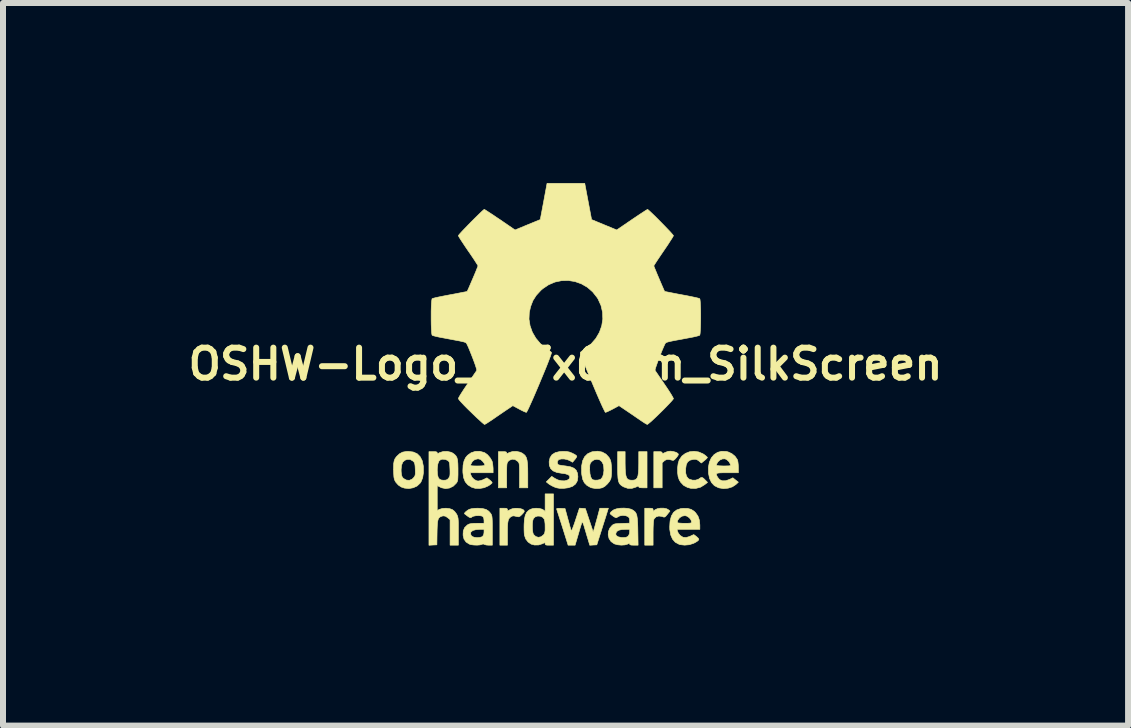
<source format=kicad_pcb>
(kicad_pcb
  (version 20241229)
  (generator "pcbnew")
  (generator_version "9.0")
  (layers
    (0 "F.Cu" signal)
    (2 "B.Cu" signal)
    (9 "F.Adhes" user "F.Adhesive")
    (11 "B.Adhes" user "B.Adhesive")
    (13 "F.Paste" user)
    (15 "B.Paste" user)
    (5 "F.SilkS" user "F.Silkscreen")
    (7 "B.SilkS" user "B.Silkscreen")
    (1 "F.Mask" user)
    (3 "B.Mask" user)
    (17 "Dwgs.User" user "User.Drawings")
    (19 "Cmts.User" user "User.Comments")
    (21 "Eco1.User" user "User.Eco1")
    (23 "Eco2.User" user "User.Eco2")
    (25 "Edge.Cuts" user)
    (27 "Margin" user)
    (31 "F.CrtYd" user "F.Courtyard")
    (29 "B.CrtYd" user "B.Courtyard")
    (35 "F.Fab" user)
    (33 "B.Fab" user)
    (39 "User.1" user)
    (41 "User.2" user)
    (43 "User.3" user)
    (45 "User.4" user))
  (footprint "OSHW-Logo_5.7x6mm_SilkScreen"
    (layer "F.Cu")
    (at 6.374 3.017)
    (property "Reference" "OSHW-Logo_5.7x6mm_SilkScreen" (at 0 0 0) (layer "F.SilkS") (effects (font (size 0.5 0.5) (thickness 0.1))))
    (attr exclude_from_pos_files exclude_from_bom)
    (fp_poly (pts (xy 1.799 1.458) (xy 1.843 1.471) (xy 1.871 1.488) (xy 1.88 1.501) (xy 1.877 1.517) (xy 1.861 1.541) (xy 1.847 1.559) (xy 1.819 1.59) (xy 1.798 1.604) (xy 1.78 1.603) (xy 1.726 1.589) (xy 1.687 1.59) (xy 1.655 1.605) (xy 1.644 1.614) (xy 1.61 1.646) (xy 1.61 2.062) (xy 1.471 2.062) (xy 1.471 1.459) (xy 1.54 1.459) (xy 1.582 1.46) (xy 1.603 1.466) (xy 1.61 1.477) (xy 1.61 1.478) (xy 1.612 1.49) (xy 1.626 1.488) (xy 1.644 1.48) (xy 1.682 1.464) (xy 1.713 1.454) (xy 1.753 1.451) (xy 1.799 1.458)) (stroke (width 0.01) (type solid)) (fill yes) (layer "F.SilkS"))
    (fp_poly (pts (xy 1.635 2.401) (xy 1.684 2.411) (xy 1.711 2.425) (xy 1.74 2.449) (xy 1.699 2.501) (xy 1.673 2.532) (xy 1.656 2.547) (xy 1.639 2.55) (xy 1.614 2.542) (xy 1.602 2.538) (xy 1.554 2.532) (xy 1.51 2.545) (xy 1.478 2.576) (xy 1.473 2.585) (xy 1.467 2.611) (xy 1.463 2.659) (xy 1.46 2.725) (xy 1.459 2.806) (xy 1.459 2.817) (xy 1.459 3.018) (xy 1.32 3.018) (xy 1.32 2.402) (xy 1.389 2.402) (xy 1.429 2.403) (xy 1.45 2.407) (xy 1.458 2.418) (xy 1.459 2.428) (xy 1.459 2.454) (xy 1.492 2.428) (xy 1.53 2.41) (xy 1.581 2.401) (xy 1.635 2.401)) (stroke (width 0.01) (type solid)) (fill yes) (layer "F.SilkS"))
    (fp_poly (pts (xy -0.993 2.403) (xy -0.975 2.409) (xy -0.968 2.421) (xy -0.968 2.427) (xy -0.967 2.442) (xy -0.96 2.445) (xy -0.939 2.434) (xy -0.927 2.427) (xy -0.889 2.411) (xy -0.844 2.403) (xy -0.797 2.403) (xy -0.752 2.409) (xy -0.716 2.42) (xy -0.693 2.436) (xy -0.688 2.456) (xy -0.69 2.462) (xy -0.707 2.485) (xy -0.733 2.513) (xy -0.738 2.517) (xy -0.762 2.538) (xy -0.784 2.545) (xy -0.814 2.54) (xy -0.826 2.537) (xy -0.863 2.529) (xy -0.889 2.533) (xy -0.911 2.545) (xy -0.931 2.561) (xy -0.946 2.581) (xy -0.956 2.609) (xy -0.963 2.648) (xy -0.967 2.704) (xy -0.968 2.779) (xy -0.968 2.824) (xy -0.968 3.018) (xy -1.094 3.018) (xy -1.094 2.402) (xy -1.031 2.402) (xy -0.993 2.403)) (stroke (width 0.01) (type solid)) (fill yes) (layer "F.SilkS"))
    (fp_poly (pts (xy 0.993 1.654) (xy 0.995 1.747) (xy 0.999 1.817) (xy 1.008 1.867) (xy 1.022 1.902) (xy 1.042 1.923) (xy 1.071 1.933) (xy 1.107 1.936) (xy 1.144 1.933) (xy 1.172 1.922) (xy 1.192 1.9) (xy 1.206 1.865) (xy 1.214 1.814) (xy 1.219 1.742) (xy 1.22 1.654) (xy 1.22 1.459) (xy 1.358 1.459) (xy 1.358 2.062) (xy 1.289 2.062) (xy 1.247 2.06) (xy 1.226 2.055) (xy 1.22 2.043) (xy 1.216 2.033) (xy 1.202 2.035) (xy 1.173 2.05) (xy 1.106 2.071) (xy 1.036 2.07) (xy 0.968 2.046) (xy 0.936 2.027) (xy 0.912 2.007) (xy 0.894 1.982) (xy 0.881 1.947) (xy 0.874 1.901) (xy 0.87 1.839) (xy 0.868 1.758) (xy 0.868 1.695) (xy 0.868 1.459) (xy 0.993 1.459) (xy 0.993 1.654)) (stroke (width 0.01) (type solid)) (fill yes) (layer "F.SilkS"))
    (fp_poly (pts (xy -0.754 1.469) (xy -0.723 1.484) (xy -0.692 1.506) (xy -0.669 1.53) (xy -0.652 1.562) (xy -0.641 1.604) (xy -0.634 1.66) (xy -0.63 1.734) (xy -0.629 1.829) (xy -0.629 1.839) (xy -0.629 2.062) (xy -0.767 2.062) (xy -0.767 1.856) (xy -0.767 1.78) (xy -0.768 1.725) (xy -0.77 1.687) (xy -0.773 1.661) (xy -0.779 1.643) (xy -0.788 1.63) (xy -0.8 1.618) (xy -0.843 1.59) (xy -0.89 1.585) (xy -0.934 1.602) (xy -0.95 1.615) (xy -0.961 1.627) (xy -0.969 1.641) (xy -0.975 1.659) (xy -0.978 1.686) (xy -0.98 1.726) (xy -0.981 1.784) (xy -0.981 1.854) (xy -0.981 2.062) (xy -1.119 2.062) (xy -1.119 1.459) (xy -1.05 1.459) (xy -1.008 1.46) (xy -0.987 1.466) (xy -0.981 1.477) (xy -0.981 1.478) (xy -0.978 1.489) (xy -0.965 1.488) (xy -0.94 1.475) (xy -0.883 1.457) (xy -0.817 1.455) (xy -0.754 1.469)) (stroke (width 0.01) (type solid)) (fill yes) (layer "F.SilkS"))
    (fp_poly (pts (xy 2.217 1.464) (xy 2.29 1.495) (xy 2.313 1.51) (xy 2.342 1.533) (xy 2.361 1.551) (xy 2.364 1.557) (xy 2.355 1.57) (xy 2.332 1.593) (xy 2.313 1.608) (xy 2.263 1.649) (xy 2.223 1.615) (xy 2.192 1.594) (xy 2.162 1.586) (xy 2.127 1.588) (xy 2.073 1.602) (xy 2.035 1.63) (xy 2.012 1.675) (xy 2.002 1.741) (xy 2.002 1.741) (xy 2.002 1.815) (xy 2.016 1.869) (xy 2.044 1.906) (xy 2.063 1.918) (xy 2.114 1.934) (xy 2.168 1.934) (xy 2.215 1.919) (xy 2.226 1.911) (xy 2.253 1.893) (xy 2.275 1.889) (xy 2.299 1.903) (xy 2.325 1.929) (xy 2.366 1.971) (xy 2.32 2.008) (xy 2.25 2.051) (xy 2.17 2.072) (xy 2.087 2.07) (xy 2.033 2.056) (xy 1.969 2.022) (xy 1.918 1.968) (xy 1.895 1.93) (xy 1.876 1.876) (xy 1.867 1.806) (xy 1.867 1.731) (xy 1.876 1.659) (xy 1.894 1.599) (xy 1.897 1.593) (xy 1.94 1.532) (xy 1.998 1.488) (xy 2.067 1.461) (xy 2.141 1.453) (xy 2.217 1.464)) (stroke (width 0.01) (type solid)) (fill yes) (layer "F.SilkS"))
    (fp_poly (pts (xy 0.611 1.466) (xy 0.674 1.501) (xy 0.724 1.555) (xy 0.748 1.6) (xy 0.758 1.639) (xy 0.764 1.695) (xy 0.767 1.76) (xy 0.766 1.824) (xy 0.761 1.881) (xy 0.755 1.912) (xy 0.734 1.953) (xy 0.698 1.997) (xy 0.656 2.036) (xy 0.613 2.061) (xy 0.612 2.061) (xy 0.56 2.072) (xy 0.497 2.073) (xy 0.438 2.063) (xy 0.415 2.055) (xy 0.356 2.021) (xy 0.314 1.978) (xy 0.286 1.92) (xy 0.271 1.844) (xy 0.267 1.804) (xy 0.268 1.754) (xy 0.402 1.754) (xy 0.407 1.827) (xy 0.42 1.882) (xy 0.441 1.918) (xy 0.456 1.928) (xy 0.493 1.935) (xy 0.539 1.933) (xy 0.577 1.923) (xy 0.588 1.917) (xy 0.615 1.885) (xy 0.632 1.835) (xy 0.64 1.774) (xy 0.636 1.708) (xy 0.628 1.669) (xy 0.604 1.624) (xy 0.567 1.595) (xy 0.522 1.586) (xy 0.475 1.596) (xy 0.439 1.621) (xy 0.42 1.642) (xy 0.409 1.662) (xy 0.404 1.69) (xy 0.402 1.733) (xy 0.402 1.754) (xy 0.268 1.754) (xy 0.268 1.698) (xy 0.285 1.611) (xy 0.319 1.543) (xy 0.369 1.494) (xy 0.435 1.464) (xy 0.45 1.46) (xy 0.535 1.452) (xy 0.611 1.466)) (stroke (width 0.01) (type solid)) (fill yes) (layer "F.SilkS"))
    (fp_poly (pts (xy 0.282 2.404) (xy 0.331 2.408) (xy 0.461 2.798) (xy 0.482 2.729) (xy 0.494 2.686) (xy 0.51 2.628) (xy 0.528 2.565) (xy 0.537 2.531) (xy 0.571 2.402) (xy 0.714 2.402) (xy 0.672 2.537) (xy 0.651 2.603) (xy 0.625 2.684) (xy 0.599 2.767) (xy 0.575 2.842) (xy 0.521 3.012) (xy 0.463 3.015) (xy 0.404 3.019) (xy 0.373 2.915) (xy 0.353 2.85) (xy 0.332 2.778) (xy 0.313 2.715) (xy 0.313 2.713) (xy 0.299 2.67) (xy 0.286 2.641) (xy 0.278 2.63) (xy 0.276 2.631) (xy 0.27 2.648) (xy 0.258 2.685) (xy 0.242 2.736) (xy 0.224 2.798) (xy 0.214 2.832) (xy 0.159 3.018) (xy 0.043 3.018) (xy -0.049 2.725) (xy -0.075 2.643) (xy -0.099 2.569) (xy -0.119 2.506) (xy -0.135 2.457) (xy -0.145 2.426) (xy -0.148 2.417) (xy -0.146 2.407) (xy -0.127 2.403) (xy -0.087 2.404) (xy -0.081 2.404) (xy -0.008 2.408) (xy 0.04 2.584) (xy 0.058 2.648) (xy 0.073 2.705) (xy 0.086 2.748) (xy 0.094 2.775) (xy 0.095 2.779) (xy 0.101 2.774) (xy 0.113 2.749) (xy 0.13 2.706) (xy 0.15 2.65) (xy 0.167 2.599) (xy 0.232 2.401) (xy 0.282 2.404)) (stroke (width 0.01) (type solid)) (fill yes) (layer "F.SilkS"))
    (fp_poly (pts (xy -2.538 1.465) (xy -2.472 1.494) (xy -2.423 1.543) (xy -2.388 1.611) (xy -2.37 1.699) (xy -2.369 1.712) (xy -2.368 1.809) (xy -2.381 1.894) (xy -2.408 1.962) (xy -2.423 1.984) (xy -2.473 2.031) (xy -2.538 2.061) (xy -2.61 2.074) (xy -2.683 2.067) (xy -2.739 2.048) (xy -2.787 2.015) (xy -2.826 1.971) (xy -2.827 1.97) (xy -2.843 1.943) (xy -2.853 1.916) (xy -2.86 1.882) (xy -2.863 1.834) (xy -2.865 1.795) (xy -2.866 1.759) (xy -2.74 1.759) (xy -2.739 1.795) (xy -2.734 1.842) (xy -2.726 1.872) (xy -2.712 1.894) (xy -2.699 1.907) (xy -2.652 1.933) (xy -2.603 1.937) (xy -2.557 1.918) (xy -2.534 1.896) (xy -2.517 1.875) (xy -2.507 1.854) (xy -2.503 1.828) (xy -2.503 1.788) (xy -2.504 1.751) (xy -2.507 1.698) (xy -2.512 1.664) (xy -2.52 1.641) (xy -2.533 1.624) (xy -2.544 1.615) (xy -2.589 1.589) (xy -2.637 1.588) (xy -2.678 1.603) (xy -2.713 1.635) (xy -2.733 1.687) (xy -2.74 1.759) (xy -2.866 1.759) (xy -2.866 1.717) (xy -2.864 1.658) (xy -2.856 1.614) (xy -2.843 1.579) (xy -2.822 1.549) (xy -2.814 1.539) (xy -2.766 1.494) (xy -2.714 1.467) (xy -2.651 1.456) (xy -2.62 1.455) (xy -2.538 1.465)) (stroke (width 0.01) (type solid)) (fill yes) (layer "F.SilkS"))
    (fp_poly (pts (xy -0.201 3.018) (xy -0.27 3.018) (xy -0.31 3.017) (xy -0.331 3.012) (xy -0.339 3.001) (xy -0.34 2.994) (xy -0.341 2.98) (xy -0.349 2.977) (xy -0.37 2.986) (xy -0.386 2.994) (xy -0.449 3.014) (xy -0.517 3.015) (xy -0.573 3) (xy -0.624 2.965) (xy -0.664 2.913) (xy -0.685 2.851) (xy -0.686 2.848) (xy -0.689 2.811) (xy -0.691 2.757) (xy -0.691 2.716) (xy -0.553 2.716) (xy -0.55 2.77) (xy -0.543 2.815) (xy -0.533 2.84) (xy -0.496 2.874) (xy -0.452 2.887) (xy -0.407 2.877) (xy -0.368 2.847) (xy -0.353 2.827) (xy -0.345 2.803) (xy -0.34 2.768) (xy -0.34 2.716) (xy -0.341 2.664) (xy -0.346 2.619) (xy -0.353 2.588) (xy -0.354 2.585) (xy -0.38 2.553) (xy -0.42 2.535) (xy -0.463 2.532) (xy -0.504 2.545) (xy -0.534 2.573) (xy -0.537 2.578) (xy -0.547 2.612) (xy -0.552 2.661) (xy -0.553 2.716) (xy -0.691 2.716) (xy -0.691 2.696) (xy -0.69 2.663) (xy -0.684 2.581) (xy -0.671 2.52) (xy -0.649 2.474) (xy -0.618 2.441) (xy -0.587 2.421) (xy -0.544 2.407) (xy -0.491 2.402) (xy -0.436 2.406) (xy -0.39 2.418) (xy -0.365 2.433) (xy -0.34 2.456) (xy -0.34 2.163) (xy -0.201 2.163) (xy -0.201 3.018)) (stroke (width 0.01) (type solid)) (fill yes) (layer "F.SilkS"))
    (fp_poly (pts (xy 2.678 1.456) (xy 2.71 1.464) (xy 2.772 1.493) (xy 2.825 1.537) (xy 2.861 1.589) (xy 2.866 1.601) (xy 2.873 1.632) (xy 2.878 1.677) (xy 2.88 1.723) (xy 2.88 1.811) (xy 2.697 1.811) (xy 2.622 1.811) (xy 2.569 1.813) (xy 2.535 1.817) (xy 2.518 1.826) (xy 2.514 1.84) (xy 2.521 1.86) (xy 2.533 1.884) (xy 2.566 1.925) (xy 2.612 1.945) (xy 2.669 1.944) (xy 2.733 1.922) (xy 2.788 1.895) (xy 2.834 1.932) (xy 2.88 1.968) (xy 2.837 2.008) (xy 2.779 2.046) (xy 2.708 2.068) (xy 2.632 2.075) (xy 2.558 2.063) (xy 2.546 2.059) (xy 2.481 2.026) (xy 2.433 1.975) (xy 2.4 1.906) (xy 2.382 1.818) (xy 2.382 1.816) (xy 2.381 1.72) (xy 2.387 1.686) (xy 2.515 1.686) (xy 2.527 1.691) (xy 2.558 1.695) (xy 2.605 1.697) (xy 2.635 1.698) (xy 2.691 1.697) (xy 2.725 1.696) (xy 2.744 1.692) (xy 2.75 1.685) (xy 2.748 1.674) (xy 2.747 1.669) (xy 2.724 1.627) (xy 2.689 1.594) (xy 2.658 1.579) (xy 2.616 1.58) (xy 2.574 1.598) (xy 2.539 1.629) (xy 2.518 1.666) (xy 2.515 1.686) (xy 2.387 1.686) (xy 2.397 1.635) (xy 2.429 1.564) (xy 2.475 1.509) (xy 2.533 1.471) (xy 2.601 1.453) (xy 2.678 1.456)) (stroke (width 0.01) (type solid)) (fill yes) (layer "F.SilkS"))
    (fp_poly (pts (xy 0.014 1.456) (xy 0.062 1.465) (xy 0.111 1.484) (xy 0.116 1.487) (xy 0.154 1.506) (xy 0.18 1.525) (xy 0.188 1.537) (xy 0.18 1.556) (xy 0.161 1.584) (xy 0.152 1.594) (xy 0.117 1.636) (xy 0.071 1.609) (xy 0.027 1.591) (xy -0.023 1.581) (xy -0.071 1.581) (xy -0.109 1.59) (xy -0.117 1.595) (xy -0.135 1.621) (xy -0.137 1.651) (xy -0.124 1.674) (xy -0.116 1.679) (xy -0.094 1.684) (xy -0.054 1.691) (xy -0.005 1.697) (xy 0.004 1.698) (xy 0.083 1.712) (xy 0.14 1.735) (xy 0.178 1.77) (xy 0.199 1.818) (xy 0.206 1.878) (xy 0.197 1.945) (xy 0.167 1.998) (xy 0.117 2.037) (xy 0.047 2.061) (xy -0.031 2.071) (xy -0.095 2.071) (xy -0.147 2.062) (xy -0.182 2.05) (xy -0.227 2.029) (xy -0.268 2.005) (xy -0.283 1.994) (xy -0.321 1.963) (xy -0.275 1.917) (xy -0.23 1.871) (xy -0.178 1.905) (xy -0.126 1.931) (xy -0.071 1.944) (xy -0.017 1.946) (xy 0.028 1.935) (xy 0.06 1.914) (xy 0.07 1.895) (xy 0.069 1.865) (xy 0.043 1.843) (xy -0.007 1.827) (xy -0.061 1.82) (xy -0.145 1.806) (xy -0.207 1.78) (xy -0.248 1.741) (xy -0.27 1.688) (xy -0.273 1.625) (xy -0.258 1.56) (xy -0.225 1.51) (xy -0.171 1.476) (xy -0.099 1.458) (xy -0.045 1.455) (xy 0.014 1.456)) (stroke (width 0.01) (type solid)) (fill yes) (layer "F.SilkS"))
    (fp_poly (pts (xy 2.033 2.405) (xy 2.093 2.421) (xy 2.143 2.453) (xy 2.167 2.477) (xy 2.207 2.534) (xy 2.23 2.6) (xy 2.238 2.681) (xy 2.238 2.688) (xy 2.238 2.754) (xy 1.858 2.754) (xy 1.866 2.788) (xy 1.881 2.82) (xy 1.907 2.852) (xy 1.912 2.857) (xy 1.958 2.886) (xy 2.01 2.89) (xy 2.071 2.872) (xy 2.081 2.867) (xy 2.112 2.852) (xy 2.133 2.843) (xy 2.137 2.842) (xy 2.15 2.85) (xy 2.174 2.869) (xy 2.187 2.879) (xy 2.212 2.903) (xy 2.221 2.919) (xy 2.215 2.934) (xy 2.212 2.938) (xy 2.191 2.955) (xy 2.156 2.976) (xy 2.131 2.988) (xy 2.062 3.01) (xy 1.985 3.017) (xy 1.913 3.009) (xy 1.892 3.003) (xy 1.829 2.969) (xy 1.783 2.917) (xy 1.752 2.846) (xy 1.737 2.757) (xy 1.736 2.71) (xy 1.74 2.641) (xy 1.861 2.641) (xy 1.873 2.646) (xy 1.904 2.65) (xy 1.95 2.653) (xy 1.98 2.653) (xy 2.036 2.653) (xy 2.071 2.651) (xy 2.09 2.647) (xy 2.098 2.639) (xy 2.1 2.628) (xy 2.089 2.594) (xy 2.062 2.561) (xy 2.026 2.535) (xy 1.991 2.525) (xy 1.942 2.534) (xy 1.9 2.561) (xy 1.871 2.6) (xy 1.861 2.641) (xy 1.74 2.641) (xy 1.743 2.61) (xy 1.764 2.531) (xy 1.8 2.471) (xy 1.852 2.431) (xy 1.92 2.408) (xy 1.957 2.404) (xy 2.033 2.405)) (stroke (width 0.01) (type solid)) (fill yes) (layer "F.SilkS"))
    (fp_poly (pts (xy -1.357 1.473) (xy -1.344 1.479) (xy -1.301 1.51) (xy -1.26 1.557) (xy -1.229 1.608) (xy -1.22 1.631) (xy -1.213 1.673) (xy -1.208 1.724) (xy -1.207 1.745) (xy -1.207 1.811) (xy -1.587 1.811) (xy -1.579 1.845) (xy -1.559 1.886) (xy -1.524 1.922) (xy -1.483 1.944) (xy -1.457 1.949) (xy -1.421 1.943) (xy -1.378 1.929) (xy -1.364 1.922) (xy -1.31 1.896) (xy -1.265 1.93) (xy -1.238 1.954) (xy -1.224 1.973) (xy -1.223 1.979) (xy -1.236 1.993) (xy -1.263 2.014) (xy -1.288 2.03) (xy -1.356 2.06) (xy -1.431 2.073) (xy -1.506 2.07) (xy -1.565 2.052) (xy -1.627 2.013) (xy -1.671 1.962) (xy -1.698 1.895) (xy -1.71 1.811) (xy -1.711 1.773) (xy -1.707 1.685) (xy -1.706 1.682) (xy -1.581 1.682) (xy -1.577 1.691) (xy -1.563 1.695) (xy -1.533 1.697) (xy -1.485 1.698) (xy -1.466 1.698) (xy -1.408 1.697) (xy -1.372 1.694) (xy -1.353 1.689) (xy -1.346 1.681) (xy -1.345 1.679) (xy -1.353 1.658) (xy -1.373 1.63) (xy -1.382 1.62) (xy -1.413 1.591) (xy -1.446 1.58) (xy -1.464 1.579) (xy -1.512 1.591) (xy -1.552 1.622) (xy -1.577 1.668) (xy -1.578 1.669) (xy -1.581 1.682) (xy -1.706 1.682) (xy -1.692 1.616) (xy -1.666 1.56) (xy -1.634 1.521) (xy -1.574 1.478) (xy -1.504 1.455) (xy -1.43 1.453) (xy -1.357 1.473)) (stroke (width 0.01) (type solid)) (fill yes) (layer "F.SilkS"))
    (fp_poly (pts (xy 1.038 2.405) (xy 1.091 2.418) (xy 1.107 2.425) (xy 1.136 2.443) (xy 1.159 2.463) (xy 1.176 2.489) (xy 1.188 2.524) (xy 1.196 2.572) (xy 1.201 2.636) (xy 1.204 2.72) (xy 1.205 2.776) (xy 1.209 3.018) (xy 1.139 3.018) (xy 1.096 3.016) (xy 1.074 3.01) (xy 1.069 3) (xy 1.066 2.989) (xy 1.052 2.991) (xy 1.034 3) (xy 0.989 3.013) (xy 0.93 3.017) (xy 0.868 3.011) (xy 0.814 2.996) (xy 0.809 2.993) (xy 0.759 2.958) (xy 0.726 2.909) (xy 0.711 2.852) (xy 0.712 2.832) (xy 0.836 2.832) (xy 0.846 2.859) (xy 0.879 2.879) (xy 0.931 2.89) (xy 0.959 2.891) (xy 1.005 2.888) (xy 1.036 2.874) (xy 1.044 2.867) (xy 1.064 2.831) (xy 1.069 2.798) (xy 1.069 2.754) (xy 1.008 2.754) (xy 0.936 2.757) (xy 0.886 2.769) (xy 0.855 2.789) (xy 0.848 2.798) (xy 0.836 2.832) (xy 0.712 2.832) (xy 0.714 2.792) (xy 0.737 2.735) (xy 0.768 2.697) (xy 0.786 2.68) (xy 0.805 2.669) (xy 0.829 2.662) (xy 0.864 2.658) (xy 0.917 2.656) (xy 0.938 2.655) (xy 1.069 2.651) (xy 1.069 2.611) (xy 1.064 2.569) (xy 1.045 2.544) (xy 1.008 2.528) (xy 1.007 2.528) (xy 0.954 2.521) (xy 0.903 2.53) (xy 0.865 2.55) (xy 0.849 2.56) (xy 0.833 2.558) (xy 0.807 2.544) (xy 0.792 2.534) (xy 0.763 2.512) (xy 0.745 2.496) (xy 0.742 2.491) (xy 0.754 2.467) (xy 0.789 2.438) (xy 0.805 2.428) (xy 0.849 2.412) (xy 0.908 2.402) (xy 0.974 2.4) (xy 1.038 2.405)) (stroke (width 0.01) (type solid)) (fill yes) (layer "F.SilkS"))
    (fp_poly (pts (xy -1.384 2.407) (xy -1.325 2.422) (xy -1.28 2.451) (xy -1.248 2.488) (xy -1.238 2.504) (xy -1.231 2.521) (xy -1.226 2.543) (xy -1.223 2.573) (xy -1.221 2.615) (xy -1.22 2.674) (xy -1.22 2.753) (xy -1.22 2.774) (xy -1.22 3.018) (xy -1.28 3.018) (xy -1.319 3.015) (xy -1.347 3.008) (xy -1.354 3.004) (xy -1.374 2.997) (xy -1.394 3.004) (xy -1.426 3.013) (xy -1.474 3.017) (xy -1.527 3.015) (xy -1.575 3.009) (xy -1.603 3) (xy -1.658 2.965) (xy -1.692 2.916) (xy -1.707 2.852) (xy -1.707 2.85) (xy -1.706 2.822) (xy -1.584 2.822) (xy -1.574 2.854) (xy -1.556 2.873) (xy -1.522 2.886) (xy -1.476 2.892) (xy -1.429 2.889) (xy -1.392 2.878) (xy -1.381 2.871) (xy -1.363 2.839) (xy -1.358 2.802) (xy -1.358 2.754) (xy -1.428 2.754) (xy -1.494 2.759) (xy -1.544 2.773) (xy -1.575 2.796) (xy -1.584 2.822) (xy -1.706 2.822) (xy -1.704 2.78) (xy -1.681 2.724) (xy -1.637 2.682) (xy -1.631 2.678) (xy -1.605 2.665) (xy -1.573 2.658) (xy -1.528 2.654) (xy -1.474 2.653) (xy -1.358 2.653) (xy -1.358 2.604) (xy -1.363 2.567) (xy -1.376 2.541) (xy -1.377 2.54) (xy -1.405 2.529) (xy -1.447 2.525) (xy -1.494 2.527) (xy -1.535 2.535) (xy -1.56 2.547) (xy -1.573 2.557) (xy -1.587 2.559) (xy -1.607 2.551) (xy -1.636 2.531) (xy -1.68 2.497) (xy -1.684 2.494) (xy -1.682 2.482) (xy -1.665 2.463) (xy -1.638 2.441) (xy -1.61 2.423) (xy -1.6 2.419) (xy -1.567 2.41) (xy -1.519 2.404) (xy -1.465 2.402) (xy -1.462 2.402) (xy -1.384 2.407)) (stroke (width 0.01) (type solid)) (fill yes) (layer "F.SilkS"))
    (fp_poly (pts (xy -1.909 1.469) (xy -1.882 1.482) (xy -1.85 1.505) (xy -1.826 1.53) (xy -1.809 1.561) (xy -1.799 1.603) (xy -1.794 1.66) (xy -1.792 1.736) (xy -1.792 1.769) (xy -1.792 1.841) (xy -1.794 1.892) (xy -1.796 1.927) (xy -1.802 1.952) (xy -1.81 1.97) (xy -1.818 1.982) (xy -1.87 2.034) (xy -1.932 2.065) (xy -1.999 2.075) (xy -2.066 2.061) (xy -2.087 2.051) (xy -2.138 2.025) (xy -2.138 2.44) (xy -2.101 2.421) (xy -2.052 2.406) (xy -1.992 2.402) (xy -1.932 2.409) (xy -1.886 2.425) (xy -1.849 2.455) (xy -1.817 2.498) (xy -1.814 2.502) (xy -1.804 2.523) (xy -1.797 2.544) (xy -1.791 2.57) (xy -1.788 2.604) (xy -1.786 2.651) (xy -1.786 2.715) (xy -1.786 2.787) (xy -1.786 3.018) (xy -1.924 3.018) (xy -1.924 2.593) (xy -1.963 2.56) (xy -2.003 2.534) (xy -2.041 2.529) (xy -2.079 2.541) (xy -2.099 2.553) (xy -2.115 2.57) (xy -2.125 2.596) (xy -2.133 2.634) (xy -2.137 2.688) (xy -2.14 2.761) (xy -2.141 2.81) (xy -2.144 3.012) (xy -2.21 3.015) (xy -2.276 3.019) (xy -2.276 1.771) (xy -2.138 1.771) (xy -2.134 1.84) (xy -2.122 1.889) (xy -2.1 1.919) (xy -2.066 1.933) (xy -2.031 1.936) (xy -1.991 1.933) (xy -1.965 1.92) (xy -1.949 1.902) (xy -1.936 1.883) (xy -1.928 1.862) (xy -1.925 1.832) (xy -1.925 1.787) (xy -1.926 1.75) (xy -1.929 1.694) (xy -1.932 1.657) (xy -1.939 1.633) (xy -1.95 1.617) (xy -1.96 1.608) (xy -2.002 1.589) (xy -2.052 1.585) (xy -2.08 1.592) (xy -2.109 1.616) (xy -2.128 1.664) (xy -2.137 1.734) (xy -2.138 1.771) (xy -2.276 1.771) (xy -2.276 1.459) (xy -2.207 1.459) (xy -2.165 1.46) (xy -2.144 1.466) (xy -2.138 1.477) (xy -2.138 1.478) (xy -2.135 1.489) (xy -2.122 1.488) (xy -2.097 1.475) (xy -2.038 1.457) (xy -1.972 1.455) (xy -1.909 1.469)) (stroke (width 0.01) (type solid)) (fill yes) (layer "F.SilkS"))
    (fp_poly (pts (xy 0.377 -2.71) (xy 0.434 -2.408) (xy 0.853 -2.235) (xy 1.105 -2.407) (xy 1.175 -2.454) (xy 1.239 -2.497) (xy 1.293 -2.532) (xy 1.334 -2.559) (xy 1.36 -2.574) (xy 1.367 -2.578) (xy 1.379 -2.569) (xy 1.406 -2.545) (xy 1.444 -2.509) (xy 1.491 -2.464) (xy 1.542 -2.413) (xy 1.596 -2.358) (xy 1.649 -2.304) (xy 1.698 -2.253) (xy 1.741 -2.208) (xy 1.773 -2.172) (xy 1.793 -2.148) (xy 1.798 -2.14) (xy 1.791 -2.125) (xy 1.772 -2.093) (xy 1.742 -2.047) (xy 1.705 -1.989) (xy 1.66 -1.923) (xy 1.635 -1.886) (xy 1.588 -1.817) (xy 1.546 -1.755) (xy 1.512 -1.703) (xy 1.487 -1.664) (xy 1.473 -1.641) (xy 1.471 -1.636) (xy 1.476 -1.622) (xy 1.489 -1.59) (xy 1.508 -1.544) (xy 1.531 -1.488) (xy 1.557 -1.427) (xy 1.583 -1.366) (xy 1.607 -1.31) (xy 1.628 -1.262) (xy 1.643 -1.228) (xy 1.651 -1.211) (xy 1.652 -1.211) (xy 1.665 -1.208) (xy 1.699 -1.201) (xy 1.75 -1.191) (xy 1.816 -1.178) (xy 1.893 -1.163) (xy 1.937 -1.155) (xy 2.019 -1.14) (xy 2.093 -1.125) (xy 2.155 -1.112) (xy 2.202 -1.101) (xy 2.23 -1.093) (xy 2.235 -1.091) (xy 2.241 -1.074) (xy 2.245 -1.037) (xy 2.248 -0.983) (xy 2.251 -0.917) (xy 2.252 -0.844) (xy 2.252 -0.767) (xy 2.251 -0.691) (xy 2.249 -0.621) (xy 2.246 -0.56) (xy 2.243 -0.514) (xy 2.238 -0.486) (xy 2.235 -0.48) (xy 2.217 -0.473) (xy 2.179 -0.463) (xy 2.127 -0.451) (xy 2.065 -0.439) (xy 2.043 -0.435) (xy 1.938 -0.415) (xy 1.855 -0.4) (xy 1.792 -0.388) (xy 1.745 -0.378) (xy 1.711 -0.37) (xy 1.689 -0.363) (xy 1.676 -0.357) (xy 1.667 -0.351) (xy 1.666 -0.35) (xy 1.655 -0.331) (xy 1.638 -0.294) (xy 1.616 -0.244) (xy 1.592 -0.185) (xy 1.567 -0.121) (xy 1.543 -0.058) (xy 1.522 0.001) (xy 1.505 0.05) (xy 1.494 0.086) (xy 1.492 0.104) (xy 1.492 0.104) (xy 1.501 0.119) (xy 1.523 0.151) (xy 1.554 0.197) (xy 1.593 0.253) (xy 1.637 0.318) (xy 1.649 0.336) (xy 1.694 0.402) (xy 1.733 0.462) (xy 1.765 0.513) (xy 1.787 0.552) (xy 1.798 0.574) (xy 1.798 0.576) (xy 1.789 0.591) (xy 1.765 0.619) (xy 1.729 0.658) (xy 1.683 0.706) (xy 1.632 0.758) (xy 1.577 0.812) (xy 1.523 0.865) (xy 1.472 0.913) (xy 1.427 0.955) (xy 1.391 0.985) (xy 1.368 1.003) (xy 1.362 1.006) (xy 1.347 0.999) (xy 1.316 0.981) (xy 1.275 0.954) (xy 1.244 0.933) (xy 1.187 0.894) (xy 1.119 0.847) (xy 1.051 0.801) (xy 1.014 0.776) (xy 0.891 0.693) (xy 0.787 0.749) (xy 0.74 0.773) (xy 0.7 0.792) (xy 0.672 0.803) (xy 0.665 0.805) (xy 0.657 0.794) (xy 0.641 0.762) (xy 0.617 0.713) (xy 0.588 0.649) (xy 0.555 0.574) (xy 0.518 0.489) (xy 0.48 0.399) (xy 0.441 0.306) (xy 0.402 0.213) (xy 0.365 0.123) (xy 0.331 0.039) (xy 0.301 -0.037) (xy 0.276 -0.1) (xy 0.258 -0.15) (xy 0.248 -0.182) (xy 0.246 -0.193) (xy 0.259 -0.206) (xy 0.288 -0.229) (xy 0.325 -0.256) (xy 0.329 -0.258) (xy 0.426 -0.336) (xy 0.505 -0.427) (xy 0.564 -0.528) (xy 0.603 -0.637) (xy 0.621 -0.749) (xy 0.617 -0.863) (xy 0.591 -0.976) (xy 0.542 -1.084) (xy 0.527 -1.108) (xy 0.452 -1.203) (xy 0.364 -1.28) (xy 0.265 -1.337) (xy 0.158 -1.375) (xy 0.047 -1.393) (xy -0.066 -1.39) (xy -0.176 -1.367) (xy -0.282 -1.322) (xy -0.38 -1.256) (xy -0.41 -1.23) (xy -0.488 -1.145) (xy -0.544 -1.057) (xy -0.582 -0.958) (xy -0.604 -0.86) (xy -0.609 -0.749) (xy -0.591 -0.638) (xy -0.553 -0.531) (xy -0.494 -0.43) (xy -0.418 -0.34) (xy -0.327 -0.264) (xy -0.315 -0.256) (xy -0.277 -0.23) (xy -0.248 -0.207) (xy -0.234 -0.193) (xy -0.234 -0.193) (xy -0.237 -0.177) (xy -0.248 -0.141) (xy -0.268 -0.089) (xy -0.293 -0.023) (xy -0.324 0.055) (xy -0.359 0.14) (xy -0.397 0.231) (xy -0.436 0.325) (xy -0.475 0.417) (xy -0.513 0.506) (xy -0.549 0.589) (xy -0.582 0.662) (xy -0.61 0.724) (xy -0.632 0.77) (xy -0.647 0.797) (xy -0.653 0.805) (xy -0.671 0.799) (xy -0.706 0.784) (xy -0.75 0.762) (xy -0.774 0.749) (xy -0.878 0.693) (xy -1.002 0.776) (xy -1.065 0.819) (xy -1.134 0.866) (xy -1.199 0.911) (xy -1.231 0.933) (xy -1.277 0.963) (xy -1.315 0.988) (xy -1.342 1.003) (xy -1.351 1.006) (xy -1.363 0.997) (xy -1.391 0.974) (xy -1.431 0.937) (xy -1.482 0.891) (xy -1.539 0.836) (xy -1.575 0.801) (xy -1.639 0.739) (xy -1.694 0.683) (xy -1.738 0.636) (xy -1.769 0.601) (xy -1.784 0.579) (xy -1.786 0.575) (xy -1.779 0.558) (xy -1.76 0.524) (xy -1.73 0.476) (xy -1.693 0.419) (xy -1.649 0.354) (xy -1.637 0.336) (xy -1.592 0.27) (xy -1.551 0.211) (xy -1.518 0.162) (xy -1.493 0.126) (xy -1.481 0.107) (xy -1.479 0.104) (xy -1.481 0.089) (xy -1.491 0.055) (xy -1.507 0.006) (xy -1.528 -0.052) (xy -1.552 -0.115) (xy -1.577 -0.178) (xy -1.601 -0.238) (xy -1.623 -0.29) (xy -1.641 -0.328) (xy -1.653 -0.349) (xy -1.654 -0.35) (xy -1.661 -0.356) (xy -1.674 -0.362) (xy -1.694 -0.369) (xy -1.725 -0.376) (xy -1.769 -0.386) (xy -1.829 -0.397) (xy -1.908 -0.412) (xy -2.009 -0.431) (xy -2.03 -0.435) (xy -2.095 -0.447) (xy -2.151 -0.459) (xy -2.194 -0.47) (xy -2.219 -0.478) (xy -2.222 -0.48) (xy -2.228 -0.497) (xy -2.232 -0.534) (xy -2.235 -0.588) (xy -2.238 -0.654) (xy -2.239 -0.728) (xy -2.239 -0.804) (xy -2.239 -0.88) (xy -2.237 -0.95) (xy -2.234 -1.011) (xy -2.23 -1.057) (xy -2.225 -1.085) (xy -2.223 -1.091) (xy -2.206 -1.096) (xy -2.169 -1.106) (xy -2.114 -1.118) (xy -2.045 -1.132) (xy -1.967 -1.147) (xy -1.925 -1.155) (xy -1.844 -1.17) (xy -1.772 -1.184) (xy -1.712 -1.196) (xy -1.668 -1.204) (xy -1.643 -1.21) (xy -1.639 -1.211) (xy -1.633 -1.224) (xy -1.618 -1.256) (xy -1.598 -1.302) (xy -1.574 -1.358) (xy -1.548 -1.418) (xy -1.522 -1.479) (xy -1.498 -1.536) (xy -1.479 -1.584) (xy -1.465 -1.619) (xy -1.459 -1.636) (xy -1.459 -1.637) (xy -1.465 -1.65) (xy -1.485 -1.681) (xy -1.514 -1.727) (xy -1.552 -1.784) (xy -1.596 -1.849) (xy -1.622 -1.886) (xy -1.669 -1.955) (xy -1.71 -2.017) (xy -1.745 -2.07) (xy -1.77 -2.11) (xy -1.784 -2.135) (xy -1.786 -2.14) (xy -1.777 -2.153) (xy -1.754 -2.18) (xy -1.718 -2.219) (xy -1.673 -2.266) (xy -1.623 -2.318) (xy -1.569 -2.373) (xy -1.516 -2.426) (xy -1.465 -2.476) (xy -1.421 -2.519) (xy -1.385 -2.553) (xy -1.362 -2.573) (xy -1.354 -2.578) (xy -1.341 -2.571) (xy -1.311 -2.552) (xy -1.265 -2.522) (xy -1.208 -2.485) (xy -1.142 -2.44) (xy -1.092 -2.407) (xy -0.841 -2.235) (xy -0.631 -2.322) (xy -0.421 -2.408) (xy -0.364 -2.71) (xy -0.308 -3.012) (xy 0.32 -3.012) (xy 0.377 -2.71)) (stroke (width 0.01) (type solid)) (fill yes) (layer "F.SilkS")))
  (gr_rect
    (start -3 -3)
    (end 15.748 9.041)
    (stroke (width 0.1) (type default))
    (fill no)
    (layer "Edge.Cuts")))
</source>
